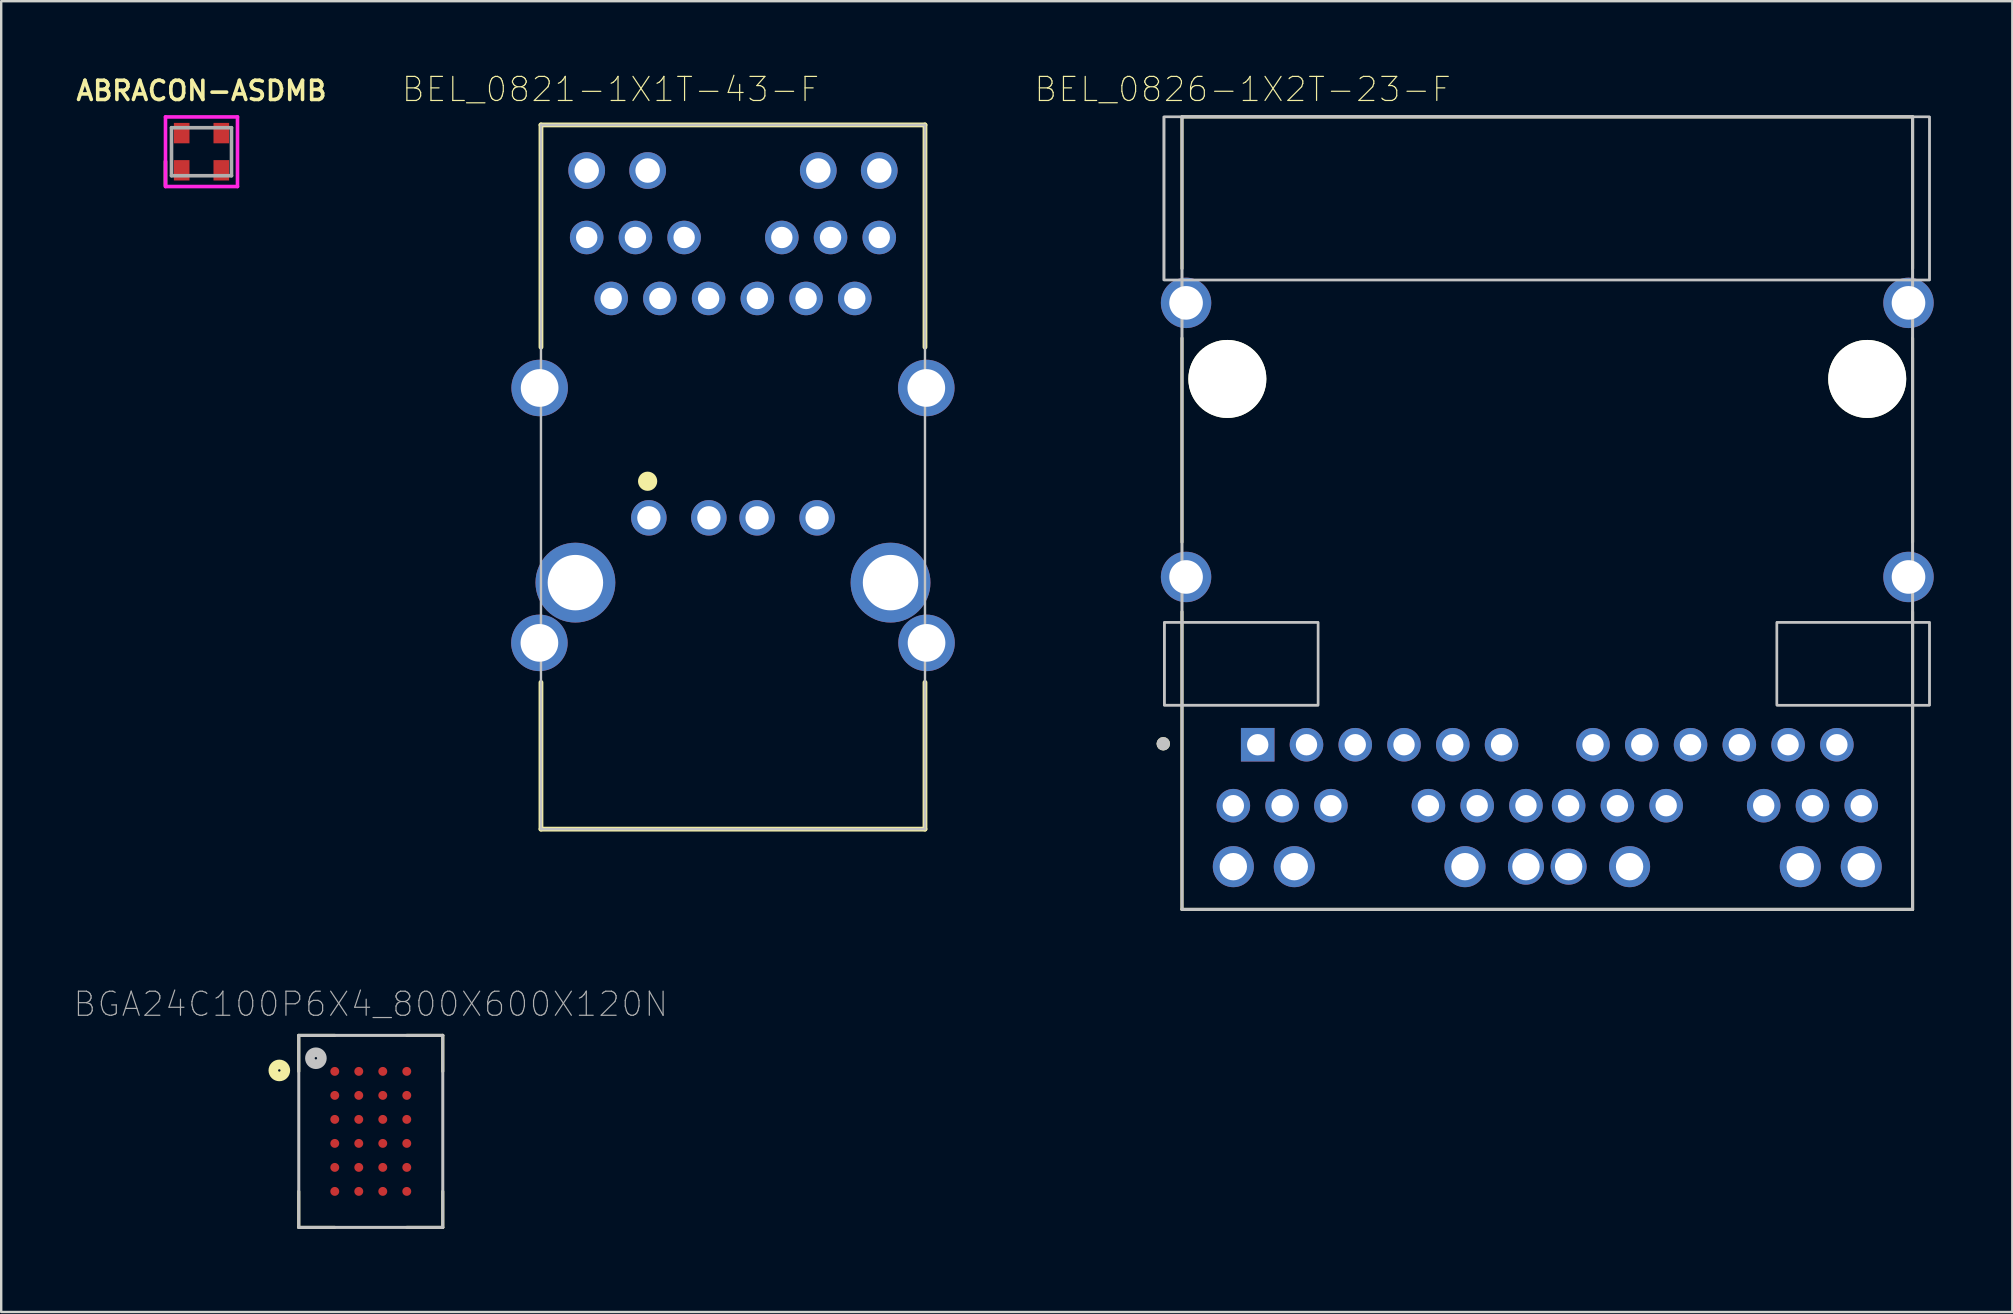
<source format=kicad_pcb>
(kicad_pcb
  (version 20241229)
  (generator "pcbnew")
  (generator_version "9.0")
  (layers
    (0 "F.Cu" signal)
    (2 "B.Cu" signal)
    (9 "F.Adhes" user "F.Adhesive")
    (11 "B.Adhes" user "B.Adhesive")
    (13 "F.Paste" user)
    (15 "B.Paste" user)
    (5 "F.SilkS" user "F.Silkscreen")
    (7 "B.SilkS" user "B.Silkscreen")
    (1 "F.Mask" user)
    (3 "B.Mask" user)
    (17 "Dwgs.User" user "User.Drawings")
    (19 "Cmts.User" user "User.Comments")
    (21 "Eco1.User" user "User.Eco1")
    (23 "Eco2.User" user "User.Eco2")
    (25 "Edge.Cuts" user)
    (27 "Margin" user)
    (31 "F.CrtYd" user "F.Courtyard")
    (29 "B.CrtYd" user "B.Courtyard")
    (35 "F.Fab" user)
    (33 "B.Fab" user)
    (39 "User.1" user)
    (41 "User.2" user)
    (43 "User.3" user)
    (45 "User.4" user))
  (footprint "ABRACON-ASDMB"
    (layer "F.Cu")
    (at 5.345 3.271)
    (property "Reference" "ABRACON-ASDMB" (at 0 -2.54 0) (layer "F.SilkS") (effects (font (size 0.8 0.8) (thickness 0.15))))
    (attr smd)
    (fp_line (start -1.5 0.4) (end -1.5 1.4) (stroke (width 0.15) (type solid)) (layer "F.SilkS"))
    (fp_line (start -1.5 -1.45) (end 1.5 -1.45) (stroke (width 0.15) (type solid)) (layer "F.CrtYd"))
    (fp_line (start -1.5 1.45) (end -1.5 -1.45) (stroke (width 0.15) (type solid)) (layer "F.CrtYd"))
    (fp_line (start 1.5 -1.45) (end 1.5 1.45) (stroke (width 0.15) (type solid)) (layer "F.CrtYd"))
    (fp_line (start 1.5 1.45) (end -1.5 1.45) (stroke (width 0.15) (type solid)) (layer "F.CrtYd"))
    (fp_line (start -1.25 -1) (end 1.25 -1) (stroke (width 0.15) (type solid)) (layer "F.Fab"))
    (fp_line (start -1.25 1) (end -1.25 -1) (stroke (width 0.15) (type solid)) (layer "F.Fab"))
    (fp_line (start 1.25 -1) (end 1.25 1) (stroke (width 0.15) (type solid)) (layer "F.Fab"))
    (fp_line (start 1.25 1) (end -1.25 1) (stroke (width 0.15) (type solid)) (layer "F.Fab"))
    (pad "1" smd rect (at -0.825 0.775) (size 0.65 0.85) (layers "F.Cu" "F.Mask" "F.Paste"))
    (pad "2" smd rect (at 0.825 0.775) (size 0.65 0.85) (layers "F.Cu" "F.Mask" "F.Paste"))
    (pad "3" smd rect (at 0.825 -0.775) (size 0.65 0.85) (layers "F.Cu" "F.Mask" "F.Paste"))
    (pad "4" smd rect (at -0.825 -0.775) (size 0.65 0.85) (layers "F.Cu" "F.Mask" "F.Paste")))
  (footprint "BGA24C100P6X4_800X600X120N"
    (layer "F.Cu")
    (at 12.398 44.089)
    (property "Reference" "BGA24C100P6X4_800X600X120N" (at 0 -5.3 0) (layer "F.Fab") (effects (font (size 1.003 1.003) (thickness 0.05))))
    (attr smd)
    (fp_line (start -3 -4) (end -3 -2.5) (stroke (width 0.127) (type solid)) (layer "F.SilkS"))
    (fp_line (start -3 2.5) (end -3 4) (stroke (width 0.127) (type solid)) (layer "F.SilkS"))
    (fp_line (start -3 4) (end -1.5 4) (stroke (width 0.127) (type solid)) (layer "F.SilkS"))
    (fp_line (start -1.5 -4) (end -3 -4) (stroke (width 0.127) (type solid)) (layer "F.SilkS"))
    (fp_line (start 3 -4) (end 1.5 -4) (stroke (width 0.127) (type solid)) (layer "F.SilkS"))
    (fp_line (start 3 -2.5) (end 3 -4) (stroke (width 0.127) (type solid)) (layer "F.SilkS"))
    (fp_line (start 3 2.5) (end 3 4) (stroke (width 0.127) (type solid)) (layer "F.SilkS"))
    (fp_line (start 3 4) (end 1.5 4) (stroke (width 0.127) (type solid)) (layer "F.SilkS"))
    (fp_circle (center -3.81 -2.54) (end -3.76 -2.54) (stroke (width 0.4) (type solid)) (fill no) (layer "F.SilkS"))
    (fp_line (start -3 -4) (end 3 -4) (stroke (width 0.127) (type solid)) (layer "Dwgs.User"))
    (fp_line (start -3 4) (end -3 -4) (stroke (width 0.127) (type solid)) (layer "Dwgs.User"))
    (fp_line (start 3 -4) (end 3 4) (stroke (width 0.127) (type solid)) (layer "Dwgs.User"))
    (fp_line (start 3 4) (end -3 4) (stroke (width 0.127) (type solid)) (layer "Dwgs.User"))
    (fp_circle (center -2.286 -3.048) (end -2.236 -3.048) (stroke (width 0.4) (type solid)) (fill no) (layer "Dwgs.User"))
    (fp_line (start -3.5 -4.5) (end 3.5 -4.5) (stroke (width 0.05) (type solid)) (layer "Eco1.User"))
    (fp_line (start -3.5 4.5) (end -3.5 -4.5) (stroke (width 0.05) (type solid)) (layer "Eco1.User"))
    (fp_line (start 3.5 -4.5) (end 3.5 4.5) (stroke (width 0.05) (type solid)) (layer "Eco1.User"))
    (fp_line (start 3.5 4.5) (end -3.5 4.5) (stroke (width 0.05) (type solid)) (layer "Eco1.User"))
    (pad "A1" smd circle (at -1.5 -2.5 270) (size 0.37 0.37) (layers "F.Cu" "F.Mask" "F.Paste"))
    (pad "A2" smd circle (at -0.5 -2.5 270) (size 0.37 0.37) (layers "F.Cu" "F.Mask" "F.Paste"))
    (pad "A3" smd circle (at 0.5 -2.5 270) (size 0.37 0.37) (layers "F.Cu" "F.Mask" "F.Paste"))
    (pad "A4" smd circle (at 1.5 -2.5 270) (size 0.37 0.37) (layers "F.Cu" "F.Mask" "F.Paste"))
    (pad "B1" smd circle (at -1.5 -1.5 270) (size 0.37 0.37) (layers "F.Cu" "F.Mask" "F.Paste"))
    (pad "B2" smd circle (at -0.5 -1.5 270) (size 0.37 0.37) (layers "F.Cu" "F.Mask" "F.Paste"))
    (pad "B3" smd circle (at 0.5 -1.5 270) (size 0.37 0.37) (layers "F.Cu" "F.Mask" "F.Paste"))
    (pad "B4" smd circle (at 1.5 -1.5 270) (size 0.37 0.37) (layers "F.Cu" "F.Mask" "F.Paste"))
    (pad "C1" smd circle (at -1.5 -0.5 270) (size 0.37 0.37) (layers "F.Cu" "F.Mask" "F.Paste"))
    (pad "C2" smd circle (at -0.5 -0.5 270) (size 0.37 0.37) (layers "F.Cu" "F.Mask" "F.Paste"))
    (pad "C3" smd circle (at 0.5 -0.5 270) (size 0.37 0.37) (layers "F.Cu" "F.Mask" "F.Paste"))
    (pad "C4" smd circle (at 1.5 -0.5 270) (size 0.37 0.37) (layers "F.Cu" "F.Mask" "F.Paste"))
    (pad "D1" smd circle (at -1.5 0.5 270) (size 0.37 0.37) (layers "F.Cu" "F.Mask" "F.Paste"))
    (pad "D2" smd circle (at -0.5 0.5 270) (size 0.37 0.37) (layers "F.Cu" "F.Mask" "F.Paste"))
    (pad "D3" smd circle (at 0.5 0.5 270) (size 0.37 0.37) (layers "F.Cu" "F.Mask" "F.Paste"))
    (pad "D4" smd circle (at 1.5 0.5 270) (size 0.37 0.37) (layers "F.Cu" "F.Mask" "F.Paste"))
    (pad "E1" smd circle (at -1.5 1.5 270) (size 0.37 0.37) (layers "F.Cu" "F.Mask" "F.Paste"))
    (pad "E2" smd circle (at -0.5 1.5 270) (size 0.37 0.37) (layers "F.Cu" "F.Mask" "F.Paste"))
    (pad "E3" smd circle (at 0.5 1.5 270) (size 0.37 0.37) (layers "F.Cu" "F.Mask" "F.Paste"))
    (pad "E4" smd circle (at 1.5 1.5 270) (size 0.37 0.37) (layers "F.Cu" "F.Mask" "F.Paste"))
    (pad "F1" smd circle (at -1.5 2.5 270) (size 0.37 0.37) (layers "F.Cu" "F.Mask" "F.Paste"))
    (pad "F2" smd circle (at -0.5 2.5 270) (size 0.37 0.37) (layers "F.Cu" "F.Mask" "F.Paste"))
    (pad "F3" smd circle (at 0.5 2.5 270) (size 0.37 0.37) (layers "F.Cu" "F.Mask" "F.Paste"))
    (pad "F4" smd circle (at 1.5 2.5 270) (size 0.37 0.37) (layers "F.Cu" "F.Mask" "F.Paste")))
  (footprint "BEL_0826-1X2T-23-F"
    (layer "F.Cu")
    (at 61.417 12.739)
    (property "Reference" "BEL_0826-1X2T-23-F" (at -12.691 -12.065 0) (layer "F.SilkS") (effects (font (size 1.002 1.002) (thickness 0.05))))
    (attr through_hole)
    (fp_line (start -15.22 -10.92) (end -15.22 -4.6) (stroke (width 0.127) (type solid)) (layer "F.SilkS"))
    (fp_line (start -15.22 -10.92) (end 15.22 -10.92) (stroke (width 0.127) (type solid)) (layer "F.SilkS"))
    (fp_line (start -15.22 6.8) (end -15.22 -1.7) (stroke (width 0.127) (type solid)) (layer "F.SilkS"))
    (fp_line (start -15.22 22.1) (end -15.22 9.7) (stroke (width 0.127) (type solid)) (layer "F.SilkS"))
    (fp_line (start 15.22 -10.92) (end 15.22 -4.6) (stroke (width 0.127) (type solid)) (layer "F.SilkS"))
    (fp_line (start 15.22 6.8) (end 15.22 -1.7) (stroke (width 0.127) (type solid)) (layer "F.SilkS"))
    (fp_line (start 15.22 22.1) (end -15.22 22.1) (stroke (width 0.127) (type solid)) (layer "F.SilkS"))
    (fp_line (start 15.22 22.1) (end 15.22 9.7) (stroke (width 0.127) (type solid)) (layer "F.SilkS"))
    (fp_circle (center -16 15.2) (end -15.86 15.2) (stroke (width 0.28) (type solid)) (fill no) (layer "F.SilkS"))
    (fp_line (start -15.22 -10.92) (end 15.22 -10.92) (stroke (width 0.127) (type solid)) (layer "Dwgs.User"))
    (fp_line (start -15.22 22.1) (end -15.22 -10.92) (stroke (width 0.127) (type solid)) (layer "Dwgs.User"))
    (fp_line (start 15.22 -10.92) (end 15.22 22.1) (stroke (width 0.127) (type solid)) (layer "Dwgs.User"))
    (fp_line (start 15.22 22.1) (end -15.22 22.1) (stroke (width 0.127) (type solid)) (layer "Dwgs.User"))
    (fp_circle (center -16 15.2) (end -15.86 15.2) (stroke (width 0.28) (type solid)) (fill no) (layer "Dwgs.User"))
    (fp_poly (pts (xy -15.984 -10.92) (xy 15.925 -10.92) (xy 15.925 -4.125) (xy -15.984 -4.125)) (stroke (width 0.1) (type solid)) (fill no) (layer "Dwgs.User"))
    (fp_poly (pts (xy -15.961 10.14) (xy -9.55 10.14) (xy -9.55 13.601) (xy -15.961 13.601)) (stroke (width 0.1) (type solid)) (fill no) (layer "Dwgs.User"))
    (fp_poly (pts (xy -15.959 -10.92) (xy 15.925 -10.92) (xy 15.925 -4.119) (xy -15.959 -4.119)) (stroke (width 0.1) (type solid)) (fill no) (layer "Dwgs.User"))
    (fp_poly (pts (xy -15.947 10.14) (xy -9.55 10.14) (xy -9.55 13.588) (xy -15.947 13.588)) (stroke (width 0.1) (type solid)) (fill no) (layer "Dwgs.User"))
    (fp_poly (pts (xy 9.564 10.14) (xy 15.925 10.14) (xy 15.925 13.59) (xy 9.564 13.59)) (stroke (width 0.1) (type solid)) (fill no) (layer "Dwgs.User"))
    (fp_poly (pts (xy 9.569 10.14) (xy 15.925 10.14) (xy 15.925 13.597) (xy 9.569 13.597)) (stroke (width 0.1) (type solid)) (fill no) (layer "Dwgs.User"))
    (fp_line (start -16.35 -11.17) (end 16.35 -11.17) (stroke (width 0.05) (type solid)) (layer "Eco1.User"))
    (fp_line (start -16.35 22.35) (end -16.35 -11.17) (stroke (width 0.05) (type solid)) (layer "Eco1.User"))
    (fp_line (start 16.35 -11.17) (end 16.35 22.35) (stroke (width 0.05) (type solid)) (layer "Eco1.User"))
    (fp_line (start 16.35 22.35) (end -16.35 22.35) (stroke (width 0.05) (type solid)) (layer "Eco1.User"))
    (pad "" np_thru_hole circle (at -13.33 0) (size 3.25 3.25) (drill 3.25) (layers "*.Cu" "*.Mask" "F.SilkS"))
    (pad "" np_thru_hole circle (at 13.33 0) (size 3.25 3.25) (drill 3.25) (layers "*.Cu" "*.Mask" "F.SilkS"))
    (pad "1" thru_hole rect (at -12.065 15.24) (size 1.398 1.398) (drill 0.89) (layers "*.Cu" "*.Mask"))
    (pad "2" thru_hole circle (at -10.033 15.24) (size 1.398 1.398) (drill 0.89) (layers "*.Cu" "*.Mask"))
    (pad "3" thru_hole circle (at -8.001 15.24) (size 1.398 1.398) (drill 0.89) (layers "*.Cu" "*.Mask"))
    (pad "4" thru_hole circle (at -5.969 15.24) (size 1.398 1.398) (drill 0.89) (layers "*.Cu" "*.Mask"))
    (pad "5" thru_hole circle (at -3.937 15.24) (size 1.398 1.398) (drill 0.89) (layers "*.Cu" "*.Mask"))
    (pad "6" thru_hole circle (at -1.905 15.24) (size 1.398 1.398) (drill 0.89) (layers "*.Cu" "*.Mask"))
    (pad "7" thru_hole circle (at -13.081 17.78) (size 1.398 1.398) (drill 0.89) (layers "*.Cu" "*.Mask"))
    (pad "8" thru_hole circle (at -11.049 17.78) (size 1.398 1.398) (drill 0.89) (layers "*.Cu" "*.Mask"))
    (pad "9" thru_hole circle (at -9.017 17.78) (size 1.398 1.398) (drill 0.89) (layers "*.Cu" "*.Mask"))
    (pad "10" thru_hole circle (at -4.953 17.78) (size 1.398 1.398) (drill 0.89) (layers "*.Cu" "*.Mask"))
    (pad "11" thru_hole circle (at -2.921 17.78) (size 1.398 1.398) (drill 0.89) (layers "*.Cu" "*.Mask"))
    (pad "12" thru_hole circle (at -0.889 17.78) (size 1.398 1.398) (drill 0.89) (layers "*.Cu" "*.Mask"))
    (pad "13" thru_hole circle (at -13.081 20.32) (size 1.71 1.71) (drill 1.14) (layers "*.Cu" "*.Mask"))
    (pad "14" thru_hole circle (at -10.541 20.32) (size 1.71 1.71) (drill 1.14) (layers "*.Cu" "*.Mask"))
    (pad "15" thru_hole circle (at -3.429 20.32) (size 1.71 1.71) (drill 1.14) (layers "*.Cu" "*.Mask"))
    (pad "16" thru_hole circle (at -0.889 20.32) (size 1.5 1.5) (drill 1.14) (layers "*.Cu" "*.Mask"))
    (pad "17" thru_hole circle (at 1.905 15.24) (size 1.398 1.398) (drill 0.89) (layers "*.Cu" "*.Mask"))
    (pad "18" thru_hole circle (at 3.937 15.24) (size 1.398 1.398) (drill 0.89) (layers "*.Cu" "*.Mask"))
    (pad "19" thru_hole circle (at 5.969 15.24) (size 1.398 1.398) (drill 0.89) (layers "*.Cu" "*.Mask"))
    (pad "20" thru_hole circle (at 8.001 15.24) (size 1.398 1.398) (drill 0.89) (layers "*.Cu" "*.Mask"))
    (pad "21" thru_hole circle (at 10.033 15.24) (size 1.398 1.398) (drill 0.89) (layers "*.Cu" "*.Mask"))
    (pad "22" thru_hole circle (at 12.065 15.24) (size 1.398 1.398) (drill 0.89) (layers "*.Cu" "*.Mask"))
    (pad "23" thru_hole circle (at 0.889 17.78) (size 1.398 1.398) (drill 0.89) (layers "*.Cu" "*.Mask"))
    (pad "24" thru_hole circle (at 2.921 17.78) (size 1.398 1.398) (drill 0.89) (layers "*.Cu" "*.Mask"))
    (pad "25" thru_hole circle (at 4.953 17.78) (size 1.398 1.398) (drill 0.89) (layers "*.Cu" "*.Mask"))
    (pad "26" thru_hole circle (at 9.017 17.78) (size 1.398 1.398) (drill 0.89) (layers "*.Cu" "*.Mask"))
    (pad "27" thru_hole circle (at 11.049 17.78) (size 1.398 1.398) (drill 0.89) (layers "*.Cu" "*.Mask"))
    (pad "28" thru_hole circle (at 13.081 17.78) (size 1.398 1.398) (drill 0.89) (layers "*.Cu" "*.Mask"))
    (pad "29" thru_hole circle (at 0.889 20.32) (size 1.5 1.5) (drill 1.14) (layers "*.Cu" "*.Mask"))
    (pad "30" thru_hole circle (at 3.429 20.32) (size 1.71 1.71) (drill 1.14) (layers "*.Cu" "*.Mask"))
    (pad "31" thru_hole circle (at 10.541 20.32) (size 1.71 1.71) (drill 1.14) (layers "*.Cu" "*.Mask"))
    (pad "32" thru_hole circle (at 13.081 20.32) (size 1.71 1.71) (drill 1.14) (layers "*.Cu" "*.Mask"))
    (pad "S1" thru_hole circle (at -15.05 -3.17) (size 2.1 2.1) (drill 1.4) (layers "*.Cu" "*.Mask"))
    (pad "S2" thru_hole circle (at -15.05 8.25) (size 2.1 2.1) (drill 1.4) (layers "*.Cu" "*.Mask"))
    (pad "S3" thru_hole circle (at 15.05 -3.17) (size 2.1 2.1) (drill 1.4) (layers "*.Cu" "*.Mask"))
    (pad "S4" thru_hole circle (at 15.05 8.25) (size 2.1 2.1) (drill 1.4) (layers "*.Cu" "*.Mask")))
  (footprint "BEL_0821-1X1T-43-F"
    (layer "F.Cu")
    (at 27.489 18.525)
    (property "Reference" "BEL_0821-1X1T-43-F" (at -5.1 -17.85 0) (layer "F.SilkS") (effects (font (size 1.004 1.004) (thickness 0.05))))
    (attr through_hole)
    (fp_line (start -8 -16.37) (end 8 -16.37) (stroke (width 0.2) (type solid)) (layer "F.SilkS"))
    (fp_line (start -8 -7.112) (end -8 -16.37) (stroke (width 0.2) (type solid)) (layer "F.SilkS"))
    (fp_line (start -8 6.858) (end -8 12.97) (stroke (width 0.2) (type solid)) (layer "F.SilkS"))
    (fp_line (start -8 12.97) (end 8 12.97) (stroke (width 0.2) (type solid)) (layer "F.SilkS"))
    (fp_line (start 8 -16.37) (end 8 -7.112) (stroke (width 0.2) (type solid)) (layer "F.SilkS"))
    (fp_line (start 8 12.97) (end 8 6.858) (stroke (width 0.2) (type solid)) (layer "F.SilkS"))
    (fp_circle (center -3.556 -1.524) (end -3.356 -1.524) (stroke (width 0.4) (type solid)) (fill no) (layer "F.SilkS"))
    (fp_line (start -8 -16.37) (end 8 -16.37) (stroke (width 0.1) (type solid)) (layer "Dwgs.User"))
    (fp_line (start -8 12.97) (end -8 -16.37) (stroke (width 0.1) (type solid)) (layer "Dwgs.User"))
    (fp_line (start 8 -16.37) (end 8 12.97) (stroke (width 0.1) (type solid)) (layer "Dwgs.User"))
    (fp_line (start 8 12.97) (end -8 12.97) (stroke (width 0.1) (type solid)) (layer "Dwgs.User"))
    (fp_line (start -9.525 -16.637) (end 9.525 -16.637) (stroke (width 0.05) (type solid)) (layer "Eco1.User"))
    (fp_line (start -9.525 13.335) (end -9.525 -16.637) (stroke (width 0.05) (type solid)) (layer "Eco1.User"))
    (fp_line (start 9.525 -16.637) (end 9.525 13.335) (stroke (width 0.05) (type solid)) (layer "Eco1.User"))
    (fp_line (start 9.525 13.335) (end -9.525 13.335) (stroke (width 0.05) (type solid)) (layer "Eco1.User"))
    (pad "1" thru_hole circle (at 5.075 -9.14) (size 1.398 1.398) (drill 0.89) (layers "*.Cu" "*.Mask"))
    (pad "2" thru_hole circle (at 3.045 -9.14) (size 1.398 1.398) (drill 0.89) (layers "*.Cu" "*.Mask"))
    (pad "3" thru_hole circle (at 1.015 -9.14) (size 1.398 1.398) (drill 0.89) (layers "*.Cu" "*.Mask"))
    (pad "4" thru_hole circle (at -1.015 -9.14) (size 1.398 1.398) (drill 0.89) (layers "*.Cu" "*.Mask"))
    (pad "5" thru_hole circle (at -3.045 -9.14) (size 1.398 1.398) (drill 0.89) (layers "*.Cu" "*.Mask"))
    (pad "6" thru_hole circle (at -5.075 -9.14) (size 1.398 1.398) (drill 0.89) (layers "*.Cu" "*.Mask"))
    (pad "7" thru_hole circle (at 6.095 -11.68) (size 1.398 1.398) (drill 0.89) (layers "*.Cu" "*.Mask"))
    (pad "8" thru_hole circle (at 4.065 -11.68) (size 1.398 1.398) (drill 0.89) (layers "*.Cu" "*.Mask"))
    (pad "9" thru_hole circle (at 2.035 -11.68) (size 1.398 1.398) (drill 0.89) (layers "*.Cu" "*.Mask"))
    (pad "10" thru_hole circle (at -2.035 -11.68) (size 1.398 1.398) (drill 0.89) (layers "*.Cu" "*.Mask"))
    (pad "11" thru_hole circle (at -4.065 -11.68) (size 1.398 1.398) (drill 0.89) (layers "*.Cu" "*.Mask"))
    (pad "12" thru_hole circle (at -6.095 -11.68) (size 1.398 1.398) (drill 0.89) (layers "*.Cu" "*.Mask"))
    (pad "13" thru_hole circle (at 6.095 -14.47) (size 1.53 1.53) (drill 1.02) (layers "*.Cu" "*.Mask"))
    (pad "14" thru_hole circle (at 3.555 -14.47) (size 1.53 1.53) (drill 1.02) (layers "*.Cu" "*.Mask"))
    (pad "15" thru_hole circle (at -3.555 -14.47) (size 1.53 1.53) (drill 1.02) (layers "*.Cu" "*.Mask"))
    (pad "16" thru_hole circle (at -6.095 -14.47) (size 1.53 1.53) (drill 1.02) (layers "*.Cu" "*.Mask"))
    (pad "H1" thru_hole circle (at -6.565 2.7) (size 3.326 3.326) (drill 2.31) (layers "*.Cu" "*.Mask"))
    (pad "H2" thru_hole circle (at 6.565 2.7) (size 3.326 3.326) (drill 2.31) (layers "*.Cu" "*.Mask"))
    (pad "S1" thru_hole circle (at 8.065 5.21) (size 2.355 2.355) (drill 1.57) (layers "*.Cu" "*.Mask"))
    (pad "S2" thru_hole circle (at -8.065 5.21) (size 2.355 2.355) (drill 1.57) (layers "*.Cu" "*.Mask"))
    (pad "S3" thru_hole circle (at 8.055 -5.41) (size 2.355 2.355) (drill 1.57) (layers "*.Cu" "*.Mask"))
    (pad "S4" thru_hole circle (at -8.055 -5.41) (size 2.355 2.355) (drill 1.57) (layers "*.Cu" "*.Mask"))
    (pad "U1" thru_hole circle (at -3.505 0) (size 1.478 1.478) (drill 0.97) (layers "*.Cu" "*.Mask"))
    (pad "U2" thru_hole circle (at -1.005 0) (size 1.478 1.478) (drill 0.97) (layers "*.Cu" "*.Mask"))
    (pad "U3" thru_hole circle (at 1.005 0) (size 1.478 1.478) (drill 0.97) (layers "*.Cu" "*.Mask"))
    (pad "U4" thru_hole circle (at 3.505 0) (size 1.478 1.478) (drill 0.97) (layers "*.Cu" "*.Mask")))
  (gr_rect
    (start -3 -3)
    (end 80.792 51.614)
    (stroke (width 0.1) (type default))
    (fill no)
    (layer "Edge.Cuts")))
</source>
